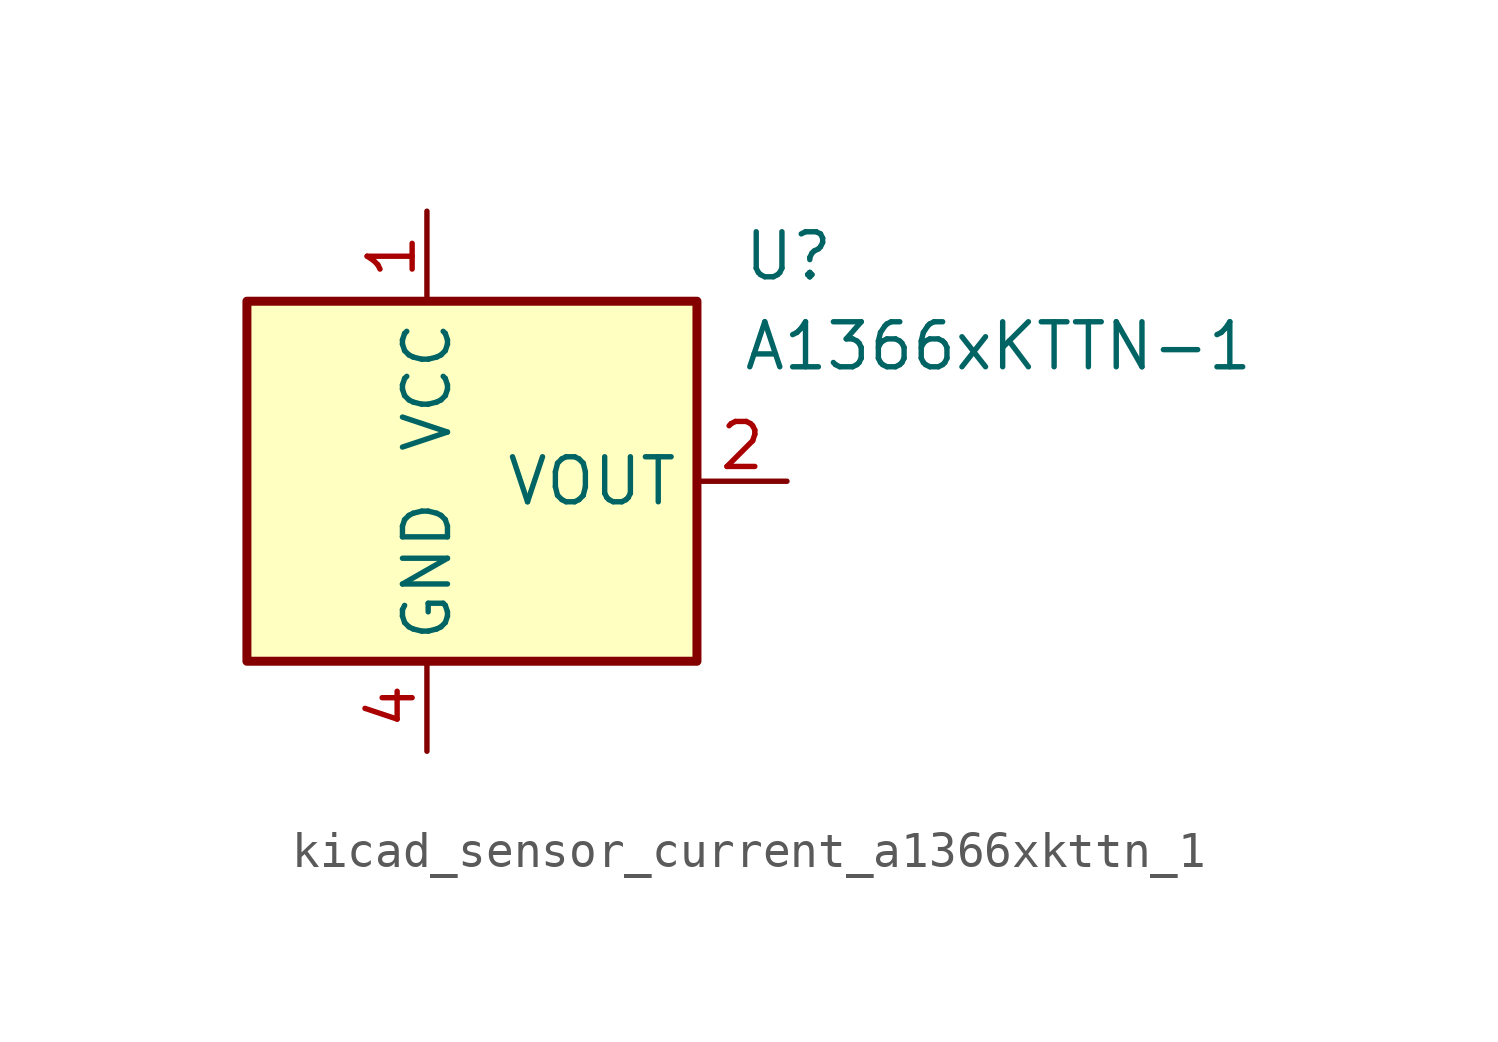
<source format=kicad_sym>
(kicad_symbol_lib
  (version 20220914)
  (generator kicad_symbol_editor)
  (symbol "kicad_sensor_current_a1366xkttn_1"
    (property "Reference" "U"
      (at 8.89 6.35 0)
      (effects (font (size 1.27 1.27)) (justify left)))
    (property "Value" "A1366xKTTN-1"
      (at 8.89 3.81 0)
      (effects (font (size 1.27 1.27)) (justify left)))
    (symbol "kicad_sensor_current_a1366xkttn_1_0_1"
      (rectangle (start -5.08 5.08) (end 7.62 -5.08) (stroke (width 0.254) (type default)) (fill (type background))))
    (symbol "kicad_sensor_current_a1366xkttn_1_1_1"
      (pin power_in line (at 0 7.62 270) (length 2.54) (name "VCC" (effects (font (size 1.27 1.27)))) (number "1" (effects (font (size 1.27 1.27)))))
      (pin output line (at 10.16 0 180) (length 2.54) (name "VOUT" (effects (font (size 1.27 1.27)))) (number "2" (effects (font (size 1.27 1.27)))))
      (pin no_connect line (at 7.62 -2.54 180) (length 2.54) hide (name "NC" (effects (font (size 1.27 1.27)))) (number "3" (effects (font (size 1.27 1.27)))))
      (pin power_in line (at 0 -7.62 90) (length 2.54) (name "GND" (effects (font (size 1.27 1.27)))) (number "4" (effects (font (size 1.27 1.27))))))))
</source>
